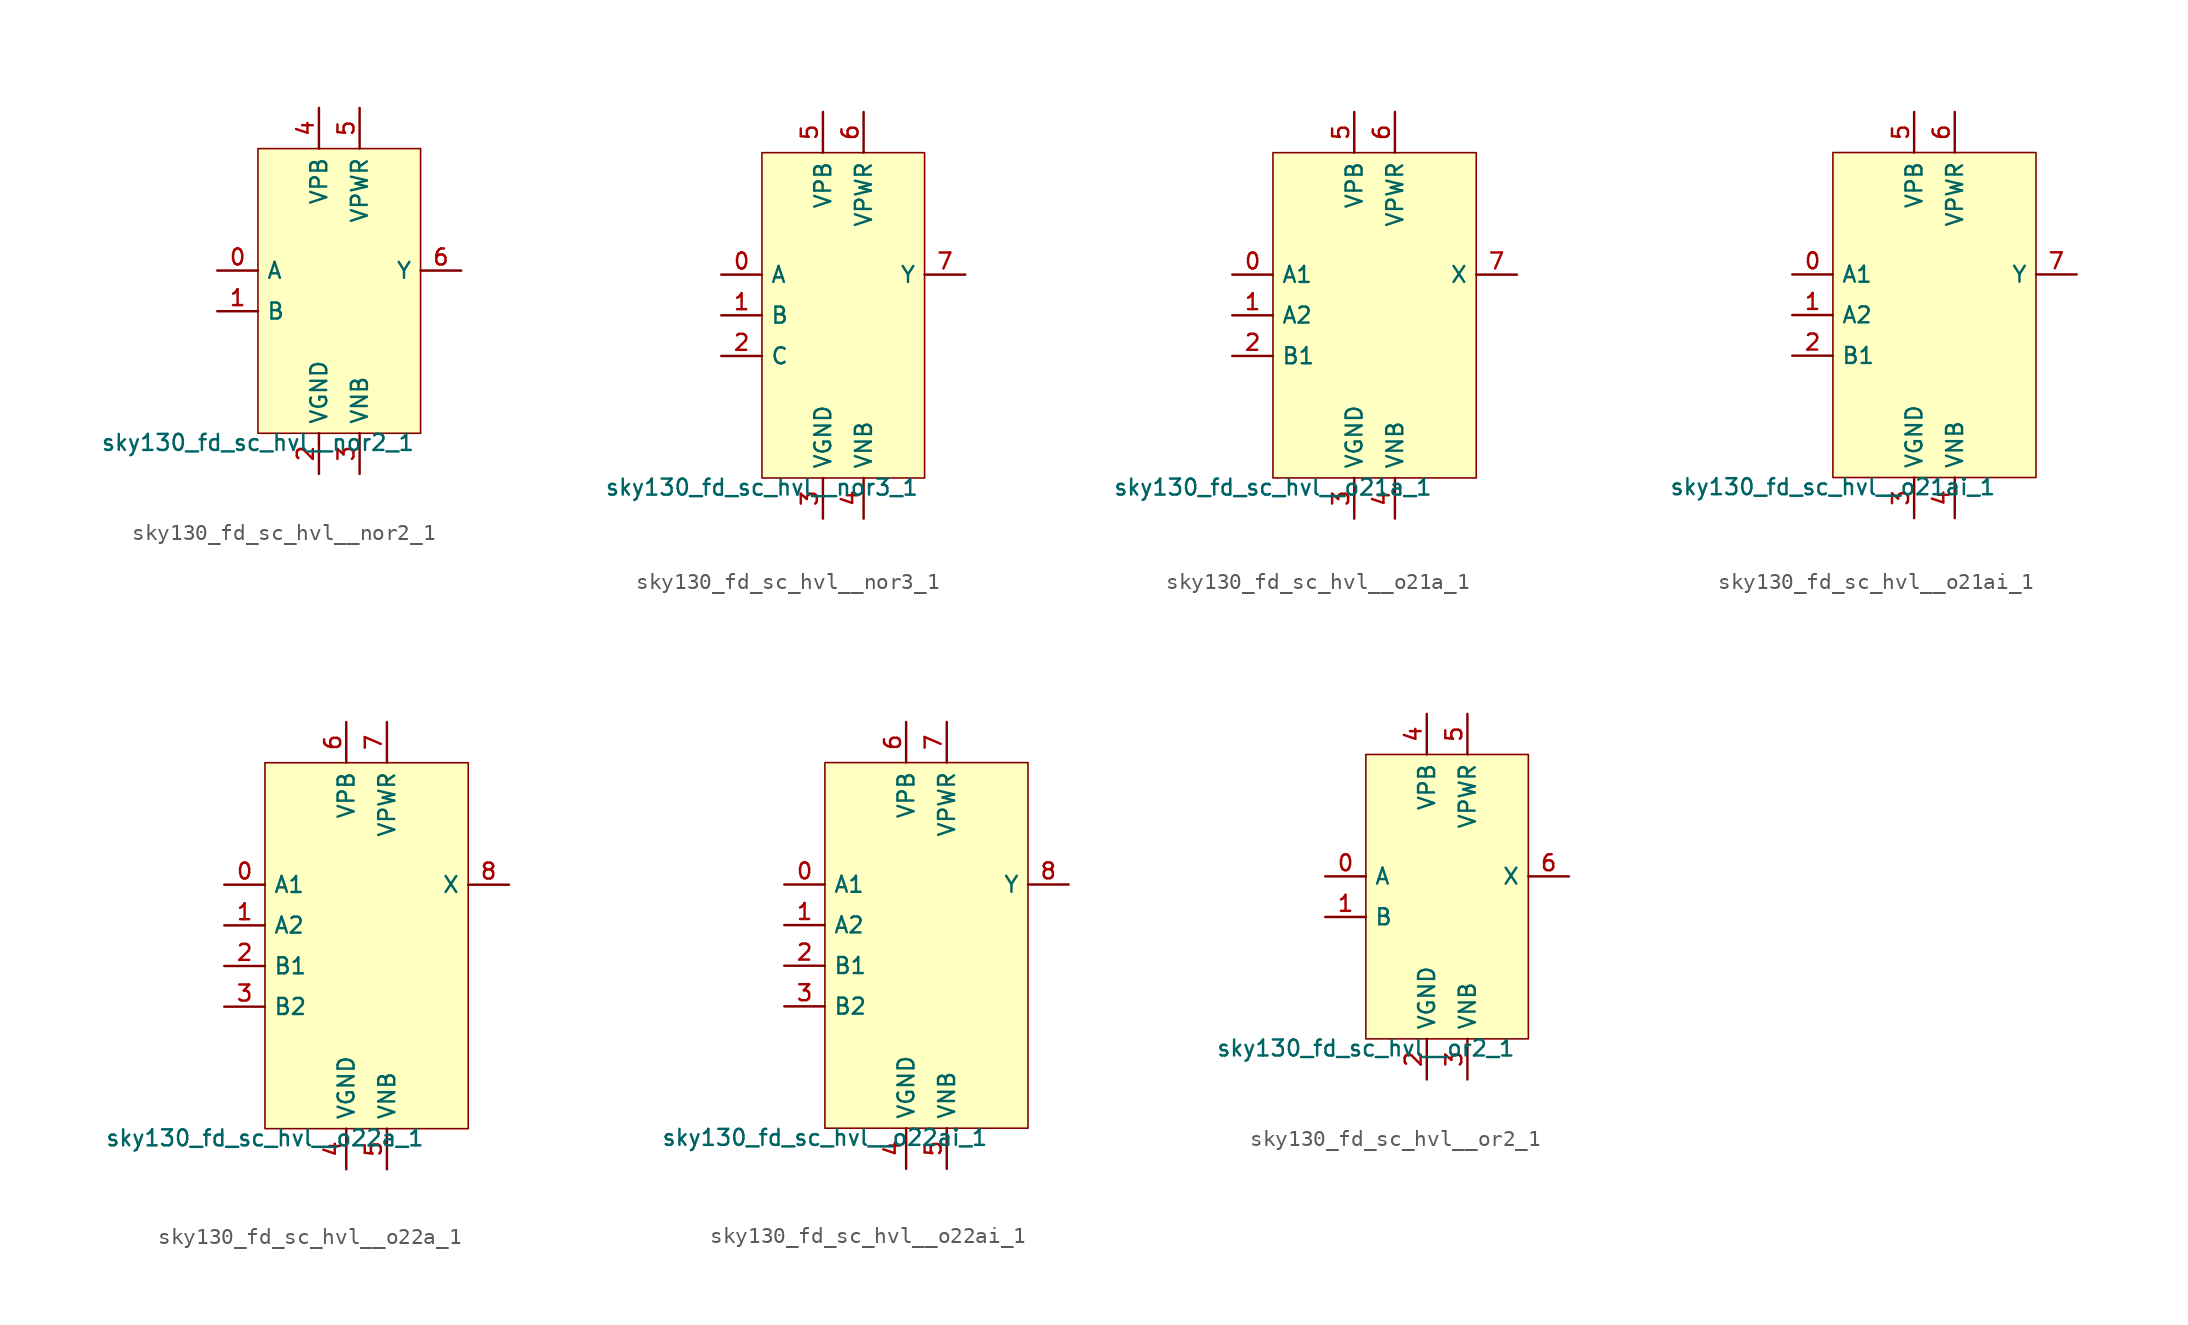
<source format=kicad_sym>
(kicad_symbol_lib
  (version 20211014)
  (generator lef2kicad_sym)
  (symbol "sky130_fd_sc_hvl__nor2_1"
    (property "Reference" "X"
      (at 0 0 0)
      (effects (font (size 1 1)) hide))
    (property "Value" "sky130_fd_sc_hvl__nor2_1"
      (at -5.08 -8.89 0)
      (effects (font (size 1 1)) (justify top)))
    (rectangle
      (start -5.08 -8.89)
      (end 5.08 8.89)
      (stroke (width 0.1) (type solid) (color 0 0 0 0))
      (fill (type background)))
    (pin input line
      (at -7.62 1.27 0)
      (length 2.54)
      (name "A" (effects (font (size 1 1)) hide))
      (number "0" (effects (font (size 1 1)) hide)))
    (pin input line
      (at -7.62 -1.27 0)
      (length 2.54)
      (name "B" (effects (font (size 1 1)) hide))
      (number "1" (effects (font (size 1 1)) hide)))
    (pin power_in line
      (at -1.27 -11.43 90)
      (length 2.54)
      (name "VGND" (effects (font (size 1 1)) hide))
      (number "2" (effects (font (size 1 1)) hide)))
    (pin power_in line
      (at 1.27 -11.43 90)
      (length 2.54)
      (name "VNB" (effects (font (size 1 1)) hide))
      (number "3" (effects (font (size 1 1)) hide)))
    (pin power_in line
      (at -1.27 11.43 270)
      (length 2.54)
      (name "VPB" (effects (font (size 1 1)) hide))
      (number "4" (effects (font (size 1 1)) hide)))
    (pin power_in line
      (at 1.27 11.43 270)
      (length 2.54)
      (name "VPWR" (effects (font (size 1 1)) hide))
      (number "5" (effects (font (size 1 1)) hide)))
    (pin output line
      (at 7.62 1.27 180)
      (length 2.54)
      (name "Y" (effects (font (size 1 1)) hide))
      (number "6" (effects (font (size 1 1)) hide))))
  (symbol "sky130_fd_sc_hvl__nor3_1"
    (property "Reference" "X"
      (at 0 0 0)
      (effects (font (size 1 1)) hide))
    (property "Value" "sky130_fd_sc_hvl__nor3_1"
      (at -5.08 -10.16 0)
      (effects (font (size 1 1)) (justify top)))
    (rectangle
      (start -5.08 -10.16)
      (end 5.08 10.16)
      (stroke (width 0.1) (type solid) (color 0 0 0 0))
      (fill (type background)))
    (pin input line
      (at -7.62 2.54 0)
      (length 2.54)
      (name "A" (effects (font (size 1 1)) hide))
      (number "0" (effects (font (size 1 1)) hide)))
    (pin input line
      (at -7.62 0.0 0)
      (length 2.54)
      (name "B" (effects (font (size 1 1)) hide))
      (number "1" (effects (font (size 1 1)) hide)))
    (pin input line
      (at -7.62 -2.54 0)
      (length 2.54)
      (name "C" (effects (font (size 1 1)) hide))
      (number "2" (effects (font (size 1 1)) hide)))
    (pin power_in line
      (at -1.27 -12.7 90)
      (length 2.54)
      (name "VGND" (effects (font (size 1 1)) hide))
      (number "3" (effects (font (size 1 1)) hide)))
    (pin power_in line
      (at 1.27 -12.7 90)
      (length 2.54)
      (name "VNB" (effects (font (size 1 1)) hide))
      (number "4" (effects (font (size 1 1)) hide)))
    (pin power_in line
      (at -1.27 12.7 270)
      (length 2.54)
      (name "VPB" (effects (font (size 1 1)) hide))
      (number "5" (effects (font (size 1 1)) hide)))
    (pin power_in line
      (at 1.27 12.7 270)
      (length 2.54)
      (name "VPWR" (effects (font (size 1 1)) hide))
      (number "6" (effects (font (size 1 1)) hide)))
    (pin output line
      (at 7.62 2.54 180)
      (length 2.54)
      (name "Y" (effects (font (size 1 1)) hide))
      (number "7" (effects (font (size 1 1)) hide))))
  (symbol "sky130_fd_sc_hvl__o21a_1"
    (property "Reference" "X"
      (at 0 0 0)
      (effects (font (size 1 1)) hide))
    (property "Value" "sky130_fd_sc_hvl__o21a_1"
      (at -6.35 -10.16 0)
      (effects (font (size 1 1)) (justify top)))
    (rectangle
      (start -6.35 -10.16)
      (end 6.35 10.16)
      (stroke (width 0.1) (type solid) (color 0 0 0 0))
      (fill (type background)))
    (pin input line
      (at -8.89 2.54 0)
      (length 2.54)
      (name "A1" (effects (font (size 1 1)) hide))
      (number "0" (effects (font (size 1 1)) hide)))
    (pin input line
      (at -8.89 0.0 0)
      (length 2.54)
      (name "A2" (effects (font (size 1 1)) hide))
      (number "1" (effects (font (size 1 1)) hide)))
    (pin input line
      (at -8.89 -2.54 0)
      (length 2.54)
      (name "B1" (effects (font (size 1 1)) hide))
      (number "2" (effects (font (size 1 1)) hide)))
    (pin power_in line
      (at -1.27 -12.7 90)
      (length 2.54)
      (name "VGND" (effects (font (size 1 1)) hide))
      (number "3" (effects (font (size 1 1)) hide)))
    (pin power_in line
      (at 1.27 -12.7 90)
      (length 2.54)
      (name "VNB" (effects (font (size 1 1)) hide))
      (number "4" (effects (font (size 1 1)) hide)))
    (pin power_in line
      (at -1.27 12.7 270)
      (length 2.54)
      (name "VPB" (effects (font (size 1 1)) hide))
      (number "5" (effects (font (size 1 1)) hide)))
    (pin power_in line
      (at 1.27 12.7 270)
      (length 2.54)
      (name "VPWR" (effects (font (size 1 1)) hide))
      (number "6" (effects (font (size 1 1)) hide)))
    (pin output line
      (at 8.89 2.54 180)
      (length 2.54)
      (name "X" (effects (font (size 1 1)) hide))
      (number "7" (effects (font (size 1 1)) hide))))
  (symbol "sky130_fd_sc_hvl__o21ai_1"
    (property "Reference" "X"
      (at 0 0 0)
      (effects (font (size 1 1)) hide))
    (property "Value" "sky130_fd_sc_hvl__o21ai_1"
      (at -6.35 -10.16 0)
      (effects (font (size 1 1)) (justify top)))
    (rectangle
      (start -6.35 -10.16)
      (end 6.35 10.16)
      (stroke (width 0.1) (type solid) (color 0 0 0 0))
      (fill (type background)))
    (pin input line
      (at -8.89 2.54 0)
      (length 2.54)
      (name "A1" (effects (font (size 1 1)) hide))
      (number "0" (effects (font (size 1 1)) hide)))
    (pin input line
      (at -8.89 0.0 0)
      (length 2.54)
      (name "A2" (effects (font (size 1 1)) hide))
      (number "1" (effects (font (size 1 1)) hide)))
    (pin input line
      (at -8.89 -2.54 0)
      (length 2.54)
      (name "B1" (effects (font (size 1 1)) hide))
      (number "2" (effects (font (size 1 1)) hide)))
    (pin power_in line
      (at -1.27 -12.7 90)
      (length 2.54)
      (name "VGND" (effects (font (size 1 1)) hide))
      (number "3" (effects (font (size 1 1)) hide)))
    (pin power_in line
      (at 1.27 -12.7 90)
      (length 2.54)
      (name "VNB" (effects (font (size 1 1)) hide))
      (number "4" (effects (font (size 1 1)) hide)))
    (pin power_in line
      (at -1.27 12.7 270)
      (length 2.54)
      (name "VPB" (effects (font (size 1 1)) hide))
      (number "5" (effects (font (size 1 1)) hide)))
    (pin power_in line
      (at 1.27 12.7 270)
      (length 2.54)
      (name "VPWR" (effects (font (size 1 1)) hide))
      (number "6" (effects (font (size 1 1)) hide)))
    (pin output line
      (at 8.89 2.54 180)
      (length 2.54)
      (name "Y" (effects (font (size 1 1)) hide))
      (number "7" (effects (font (size 1 1)) hide))))
  (symbol "sky130_fd_sc_hvl__o22a_1"
    (property "Reference" "X"
      (at 0 0 0)
      (effects (font (size 1 1)) hide))
    (property "Value" "sky130_fd_sc_hvl__o22a_1"
      (at -6.35 -11.43 0)
      (effects (font (size 1 1)) (justify top)))
    (rectangle
      (start -6.35 -11.43)
      (end 6.35 11.43)
      (stroke (width 0.1) (type solid) (color 0 0 0 0))
      (fill (type background)))
    (pin input line
      (at -8.89 3.81 0)
      (length 2.54)
      (name "A1" (effects (font (size 1 1)) hide))
      (number "0" (effects (font (size 1 1)) hide)))
    (pin input line
      (at -8.89 1.27 0)
      (length 2.54)
      (name "A2" (effects (font (size 1 1)) hide))
      (number "1" (effects (font (size 1 1)) hide)))
    (pin input line
      (at -8.89 -1.27 0)
      (length 2.54)
      (name "B1" (effects (font (size 1 1)) hide))
      (number "2" (effects (font (size 1 1)) hide)))
    (pin input line
      (at -8.89 -3.81 0)
      (length 2.54)
      (name "B2" (effects (font (size 1 1)) hide))
      (number "3" (effects (font (size 1 1)) hide)))
    (pin power_in line
      (at -1.27 -13.97 90)
      (length 2.54)
      (name "VGND" (effects (font (size 1 1)) hide))
      (number "4" (effects (font (size 1 1)) hide)))
    (pin power_in line
      (at 1.27 -13.97 90)
      (length 2.54)
      (name "VNB" (effects (font (size 1 1)) hide))
      (number "5" (effects (font (size 1 1)) hide)))
    (pin power_in line
      (at -1.27 13.97 270)
      (length 2.54)
      (name "VPB" (effects (font (size 1 1)) hide))
      (number "6" (effects (font (size 1 1)) hide)))
    (pin power_in line
      (at 1.27 13.97 270)
      (length 2.54)
      (name "VPWR" (effects (font (size 1 1)) hide))
      (number "7" (effects (font (size 1 1)) hide)))
    (pin output line
      (at 8.89 3.81 180)
      (length 2.54)
      (name "X" (effects (font (size 1 1)) hide))
      (number "8" (effects (font (size 1 1)) hide))))
  (symbol "sky130_fd_sc_hvl__o22ai_1"
    (property "Reference" "X"
      (at 0 0 0)
      (effects (font (size 1 1)) hide))
    (property "Value" "sky130_fd_sc_hvl__o22ai_1"
      (at -6.35 -11.43 0)
      (effects (font (size 1 1)) (justify top)))
    (rectangle
      (start -6.35 -11.43)
      (end 6.35 11.43)
      (stroke (width 0.1) (type solid) (color 0 0 0 0))
      (fill (type background)))
    (pin input line
      (at -8.89 3.81 0)
      (length 2.54)
      (name "A1" (effects (font (size 1 1)) hide))
      (number "0" (effects (font (size 1 1)) hide)))
    (pin input line
      (at -8.89 1.27 0)
      (length 2.54)
      (name "A2" (effects (font (size 1 1)) hide))
      (number "1" (effects (font (size 1 1)) hide)))
    (pin input line
      (at -8.89 -1.27 0)
      (length 2.54)
      (name "B1" (effects (font (size 1 1)) hide))
      (number "2" (effects (font (size 1 1)) hide)))
    (pin input line
      (at -8.89 -3.81 0)
      (length 2.54)
      (name "B2" (effects (font (size 1 1)) hide))
      (number "3" (effects (font (size 1 1)) hide)))
    (pin power_in line
      (at -1.27 -13.97 90)
      (length 2.54)
      (name "VGND" (effects (font (size 1 1)) hide))
      (number "4" (effects (font (size 1 1)) hide)))
    (pin power_in line
      (at 1.27 -13.97 90)
      (length 2.54)
      (name "VNB" (effects (font (size 1 1)) hide))
      (number "5" (effects (font (size 1 1)) hide)))
    (pin power_in line
      (at -1.27 13.97 270)
      (length 2.54)
      (name "VPB" (effects (font (size 1 1)) hide))
      (number "6" (effects (font (size 1 1)) hide)))
    (pin power_in line
      (at 1.27 13.97 270)
      (length 2.54)
      (name "VPWR" (effects (font (size 1 1)) hide))
      (number "7" (effects (font (size 1 1)) hide)))
    (pin output line
      (at 8.89 3.81 180)
      (length 2.54)
      (name "Y" (effects (font (size 1 1)) hide))
      (number "8" (effects (font (size 1 1)) hide))))
  (symbol "sky130_fd_sc_hvl__or2_1"
    (property "Reference" "X"
      (at 0 0 0)
      (effects (font (size 1 1)) hide))
    (property "Value" "sky130_fd_sc_hvl__or2_1"
      (at -5.08 -8.89 0)
      (effects (font (size 1 1)) (justify top)))
    (rectangle
      (start -5.08 -8.89)
      (end 5.08 8.89)
      (stroke (width 0.1) (type solid) (color 0 0 0 0))
      (fill (type background)))
    (pin input line
      (at -7.62 1.27 0)
      (length 2.54)
      (name "A" (effects (font (size 1 1)) hide))
      (number "0" (effects (font (size 1 1)) hide)))
    (pin input line
      (at -7.62 -1.27 0)
      (length 2.54)
      (name "B" (effects (font (size 1 1)) hide))
      (number "1" (effects (font (size 1 1)) hide)))
    (pin power_in line
      (at -1.27 -11.43 90)
      (length 2.54)
      (name "VGND" (effects (font (size 1 1)) hide))
      (number "2" (effects (font (size 1 1)) hide)))
    (pin power_in line
      (at 1.27 -11.43 90)
      (length 2.54)
      (name "VNB" (effects (font (size 1 1)) hide))
      (number "3" (effects (font (size 1 1)) hide)))
    (pin power_in line
      (at -1.27 11.43 270)
      (length 2.54)
      (name "VPB" (effects (font (size 1 1)) hide))
      (number "4" (effects (font (size 1 1)) hide)))
    (pin power_in line
      (at 1.27 11.43 270)
      (length 2.54)
      (name "VPWR" (effects (font (size 1 1)) hide))
      (number "5" (effects (font (size 1 1)) hide)))
    (pin output line
      (at 7.62 1.27 180)
      (length 2.54)
      (name "X" (effects (font (size 1 1)) hide))
      (number "6" (effects (font (size 1 1)) hide)))))
</source>
